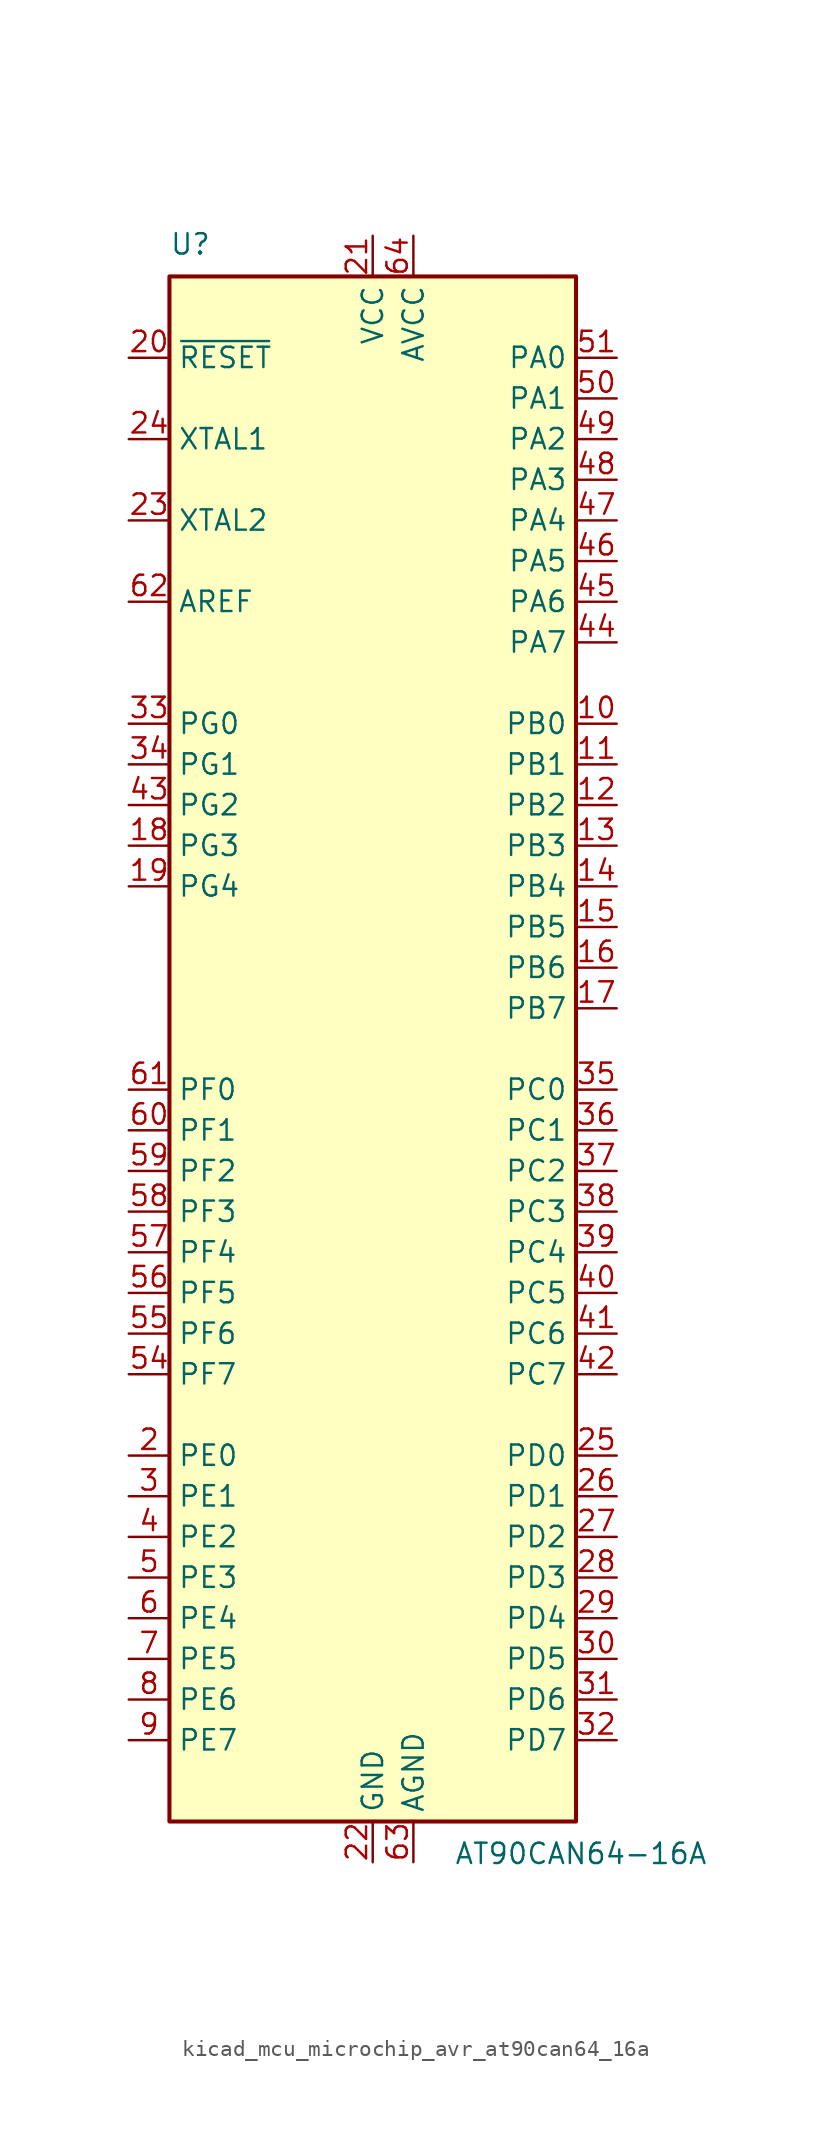
<source format=kicad_sym>
(kicad_symbol_lib
  (version 20220914)
  (generator kicad_symbol_editor)
  (symbol "kicad_mcu_microchip_avr_at90can64_16a"
    (property "Reference" "U"
      (at -12.7 49.53 0)
      (effects (font (size 1.27 1.27)) (justify left bottom)))
    (property "Value" "AT90CAN64-16A"
      (at 5.08 -49.53 0)
      (effects (font (size 1.27 1.27)) (justify left top)))
    (symbol "kicad_mcu_microchip_avr_at90can64_16a_0_1"
      (rectangle (start -12.7 -48.26) (end 12.7 48.26) (stroke (width 0.254) (type default)) (fill (type background))))
    (symbol "kicad_mcu_microchip_avr_at90can64_16a_1_1"
      (pin no_connect line (at -12.7 -45.72 0) (length 2.54) hide (name "NC" (effects (font (size 1.27 1.27)))) (number "1" (effects (font (size 1.27 1.27)))))
      (pin bidirectional line (at 15.24 20.32 180) (length 2.54) (name "PB0" (effects (font (size 1.27 1.27)))) (number "10" (effects (font (size 1.27 1.27)))))
      (pin bidirectional line (at 15.24 17.78 180) (length 2.54) (name "PB1" (effects (font (size 1.27 1.27)))) (number "11" (effects (font (size 1.27 1.27)))))
      (pin bidirectional line (at 15.24 15.24 180) (length 2.54) (name "PB2" (effects (font (size 1.27 1.27)))) (number "12" (effects (font (size 1.27 1.27)))))
      (pin bidirectional line (at 15.24 12.7 180) (length 2.54) (name "PB3" (effects (font (size 1.27 1.27)))) (number "13" (effects (font (size 1.27 1.27)))))
      (pin bidirectional line (at 15.24 10.16 180) (length 2.54) (name "PB4" (effects (font (size 1.27 1.27)))) (number "14" (effects (font (size 1.27 1.27)))))
      (pin bidirectional line (at 15.24 7.62 180) (length 2.54) (name "PB5" (effects (font (size 1.27 1.27)))) (number "15" (effects (font (size 1.27 1.27)))))
      (pin bidirectional line (at 15.24 5.08 180) (length 2.54) (name "PB6" (effects (font (size 1.27 1.27)))) (number "16" (effects (font (size 1.27 1.27)))))
      (pin bidirectional line (at 15.24 2.54 180) (length 2.54) (name "PB7" (effects (font (size 1.27 1.27)))) (number "17" (effects (font (size 1.27 1.27)))))
      (pin bidirectional line (at -15.24 12.7 0) (length 2.54) (name "PG3" (effects (font (size 1.27 1.27)))) (number "18" (effects (font (size 1.27 1.27)))))
      (pin bidirectional line (at -15.24 10.16 0) (length 2.54) (name "PG4" (effects (font (size 1.27 1.27)))) (number "19" (effects (font (size 1.27 1.27)))))
      (pin bidirectional line (at -15.24 -25.4 0) (length 2.54) (name "PE0" (effects (font (size 1.27 1.27)))) (number "2" (effects (font (size 1.27 1.27)))))
      (pin input line (at -15.24 43.18 0) (length 2.54) (name "~{RESET}" (effects (font (size 1.27 1.27)))) (number "20" (effects (font (size 1.27 1.27)))))
      (pin power_in line (at 0 50.8 270) (length 2.54) (name "VCC" (effects (font (size 1.27 1.27)))) (number "21" (effects (font (size 1.27 1.27)))))
      (pin power_in line (at 0 -50.8 90) (length 2.54) (name "GND" (effects (font (size 1.27 1.27)))) (number "22" (effects (font (size 1.27 1.27)))))
      (pin output line (at -15.24 33.02 0) (length 2.54) (name "XTAL2" (effects (font (size 1.27 1.27)))) (number "23" (effects (font (size 1.27 1.27)))))
      (pin input line (at -15.24 38.1 0) (length 2.54) (name "XTAL1" (effects (font (size 1.27 1.27)))) (number "24" (effects (font (size 1.27 1.27)))))
      (pin bidirectional line (at 15.24 -25.4 180) (length 2.54) (name "PD0" (effects (font (size 1.27 1.27)))) (number "25" (effects (font (size 1.27 1.27)))))
      (pin bidirectional line (at 15.24 -27.94 180) (length 2.54) (name "PD1" (effects (font (size 1.27 1.27)))) (number "26" (effects (font (size 1.27 1.27)))))
      (pin bidirectional line (at 15.24 -30.48 180) (length 2.54) (name "PD2" (effects (font (size 1.27 1.27)))) (number "27" (effects (font (size 1.27 1.27)))))
      (pin bidirectional line (at 15.24 -33.02 180) (length 2.54) (name "PD3" (effects (font (size 1.27 1.27)))) (number "28" (effects (font (size 1.27 1.27)))))
      (pin bidirectional line (at 15.24 -35.56 180) (length 2.54) (name "PD4" (effects (font (size 1.27 1.27)))) (number "29" (effects (font (size 1.27 1.27)))))
      (pin bidirectional line (at -15.24 -27.94 0) (length 2.54) (name "PE1" (effects (font (size 1.27 1.27)))) (number "3" (effects (font (size 1.27 1.27)))))
      (pin bidirectional line (at 15.24 -38.1 180) (length 2.54) (name "PD5" (effects (font (size 1.27 1.27)))) (number "30" (effects (font (size 1.27 1.27)))))
      (pin bidirectional line (at 15.24 -40.64 180) (length 2.54) (name "PD6" (effects (font (size 1.27 1.27)))) (number "31" (effects (font (size 1.27 1.27)))))
      (pin bidirectional line (at 15.24 -43.18 180) (length 2.54) (name "PD7" (effects (font (size 1.27 1.27)))) (number "32" (effects (font (size 1.27 1.27)))))
      (pin bidirectional line (at -15.24 20.32 0) (length 2.54) (name "PG0" (effects (font (size 1.27 1.27)))) (number "33" (effects (font (size 1.27 1.27)))))
      (pin bidirectional line (at -15.24 17.78 0) (length 2.54) (name "PG1" (effects (font (size 1.27 1.27)))) (number "34" (effects (font (size 1.27 1.27)))))
      (pin bidirectional line (at 15.24 -2.54 180) (length 2.54) (name "PC0" (effects (font (size 1.27 1.27)))) (number "35" (effects (font (size 1.27 1.27)))))
      (pin bidirectional line (at 15.24 -5.08 180) (length 2.54) (name "PC1" (effects (font (size 1.27 1.27)))) (number "36" (effects (font (size 1.27 1.27)))))
      (pin bidirectional line (at 15.24 -7.62 180) (length 2.54) (name "PC2" (effects (font (size 1.27 1.27)))) (number "37" (effects (font (size 1.27 1.27)))))
      (pin bidirectional line (at 15.24 -10.16 180) (length 2.54) (name "PC3" (effects (font (size 1.27 1.27)))) (number "38" (effects (font (size 1.27 1.27)))))
      (pin bidirectional line (at 15.24 -12.7 180) (length 2.54) (name "PC4" (effects (font (size 1.27 1.27)))) (number "39" (effects (font (size 1.27 1.27)))))
      (pin bidirectional line (at -15.24 -30.48 0) (length 2.54) (name "PE2" (effects (font (size 1.27 1.27)))) (number "4" (effects (font (size 1.27 1.27)))))
      (pin bidirectional line (at 15.24 -15.24 180) (length 2.54) (name "PC5" (effects (font (size 1.27 1.27)))) (number "40" (effects (font (size 1.27 1.27)))))
      (pin bidirectional line (at 15.24 -17.78 180) (length 2.54) (name "PC6" (effects (font (size 1.27 1.27)))) (number "41" (effects (font (size 1.27 1.27)))))
      (pin bidirectional line (at 15.24 -20.32 180) (length 2.54) (name "PC7" (effects (font (size 1.27 1.27)))) (number "42" (effects (font (size 1.27 1.27)))))
      (pin bidirectional line (at -15.24 15.24 0) (length 2.54) (name "PG2" (effects (font (size 1.27 1.27)))) (number "43" (effects (font (size 1.27 1.27)))))
      (pin bidirectional line (at 15.24 25.4 180) (length 2.54) (name "PA7" (effects (font (size 1.27 1.27)))) (number "44" (effects (font (size 1.27 1.27)))))
      (pin bidirectional line (at 15.24 27.94 180) (length 2.54) (name "PA6" (effects (font (size 1.27 1.27)))) (number "45" (effects (font (size 1.27 1.27)))))
      (pin bidirectional line (at 15.24 30.48 180) (length 2.54) (name "PA5" (effects (font (size 1.27 1.27)))) (number "46" (effects (font (size 1.27 1.27)))))
      (pin bidirectional line (at 15.24 33.02 180) (length 2.54) (name "PA4" (effects (font (size 1.27 1.27)))) (number "47" (effects (font (size 1.27 1.27)))))
      (pin bidirectional line (at 15.24 35.56 180) (length 2.54) (name "PA3" (effects (font (size 1.27 1.27)))) (number "48" (effects (font (size 1.27 1.27)))))
      (pin bidirectional line (at 15.24 38.1 180) (length 2.54) (name "PA2" (effects (font (size 1.27 1.27)))) (number "49" (effects (font (size 1.27 1.27)))))
      (pin bidirectional line (at -15.24 -33.02 0) (length 2.54) (name "PE3" (effects (font (size 1.27 1.27)))) (number "5" (effects (font (size 1.27 1.27)))))
      (pin bidirectional line (at 15.24 40.64 180) (length 2.54) (name "PA1" (effects (font (size 1.27 1.27)))) (number "50" (effects (font (size 1.27 1.27)))))
      (pin bidirectional line (at 15.24 43.18 180) (length 2.54) (name "PA0" (effects (font (size 1.27 1.27)))) (number "51" (effects (font (size 1.27 1.27)))))
      (pin passive line (at 0 50.8 270) (length 2.54) hide (name "VCC" (effects (font (size 1.27 1.27)))) (number "52" (effects (font (size 1.27 1.27)))))
      (pin passive line (at 0 -50.8 90) (length 2.54) hide (name "GND" (effects (font (size 1.27 1.27)))) (number "53" (effects (font (size 1.27 1.27)))))
      (pin bidirectional line (at -15.24 -20.32 0) (length 2.54) (name "PF7" (effects (font (size 1.27 1.27)))) (number "54" (effects (font (size 1.27 1.27)))))
      (pin bidirectional line (at -15.24 -17.78 0) (length 2.54) (name "PF6" (effects (font (size 1.27 1.27)))) (number "55" (effects (font (size 1.27 1.27)))))
      (pin bidirectional line (at -15.24 -15.24 0) (length 2.54) (name "PF5" (effects (font (size 1.27 1.27)))) (number "56" (effects (font (size 1.27 1.27)))))
      (pin bidirectional line (at -15.24 -12.7 0) (length 2.54) (name "PF4" (effects (font (size 1.27 1.27)))) (number "57" (effects (font (size 1.27 1.27)))))
      (pin bidirectional line (at -15.24 -10.16 0) (length 2.54) (name "PF3" (effects (font (size 1.27 1.27)))) (number "58" (effects (font (size 1.27 1.27)))))
      (pin bidirectional line (at -15.24 -7.62 0) (length 2.54) (name "PF2" (effects (font (size 1.27 1.27)))) (number "59" (effects (font (size 1.27 1.27)))))
      (pin bidirectional line (at -15.24 -35.56 0) (length 2.54) (name "PE4" (effects (font (size 1.27 1.27)))) (number "6" (effects (font (size 1.27 1.27)))))
      (pin bidirectional line (at -15.24 -5.08 0) (length 2.54) (name "PF1" (effects (font (size 1.27 1.27)))) (number "60" (effects (font (size 1.27 1.27)))))
      (pin bidirectional line (at -15.24 -2.54 0) (length 2.54) (name "PF0" (effects (font (size 1.27 1.27)))) (number "61" (effects (font (size 1.27 1.27)))))
      (pin passive line (at -15.24 27.94 0) (length 2.54) (name "AREF" (effects (font (size 1.27 1.27)))) (number "62" (effects (font (size 1.27 1.27)))))
      (pin power_in line (at 2.54 -50.8 90) (length 2.54) (name "AGND" (effects (font (size 1.27 1.27)))) (number "63" (effects (font (size 1.27 1.27)))))
      (pin power_in line (at 2.54 50.8 270) (length 2.54) (name "AVCC" (effects (font (size 1.27 1.27)))) (number "64" (effects (font (size 1.27 1.27)))))
      (pin bidirectional line (at -15.24 -38.1 0) (length 2.54) (name "PE5" (effects (font (size 1.27 1.27)))) (number "7" (effects (font (size 1.27 1.27)))))
      (pin bidirectional line (at -15.24 -40.64 0) (length 2.54) (name "PE6" (effects (font (size 1.27 1.27)))) (number "8" (effects (font (size 1.27 1.27)))))
      (pin bidirectional line (at -15.24 -43.18 0) (length 2.54) (name "PE7" (effects (font (size 1.27 1.27)))) (number "9" (effects (font (size 1.27 1.27))))))))
</source>
